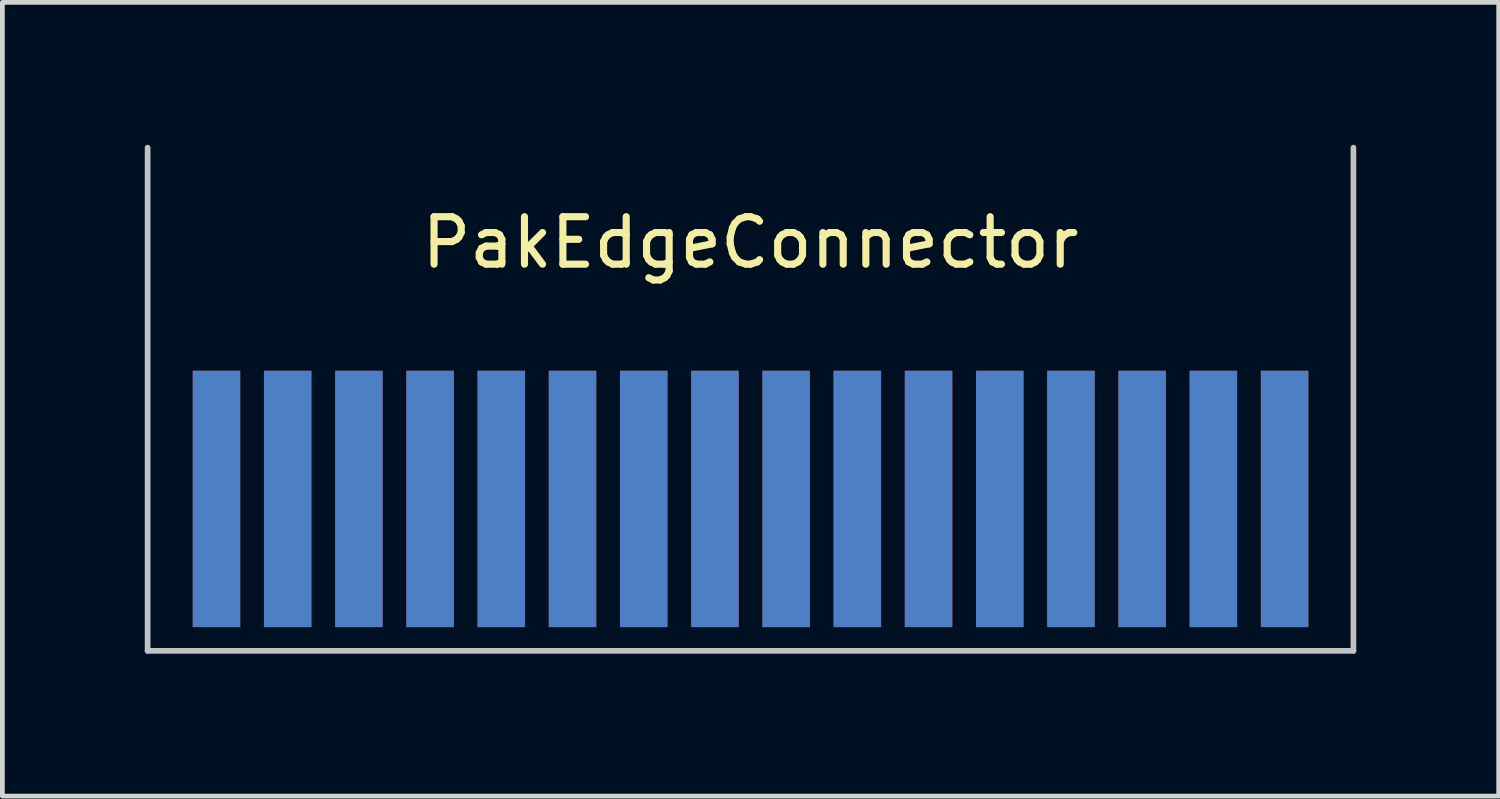
<source format=kicad_pcb>
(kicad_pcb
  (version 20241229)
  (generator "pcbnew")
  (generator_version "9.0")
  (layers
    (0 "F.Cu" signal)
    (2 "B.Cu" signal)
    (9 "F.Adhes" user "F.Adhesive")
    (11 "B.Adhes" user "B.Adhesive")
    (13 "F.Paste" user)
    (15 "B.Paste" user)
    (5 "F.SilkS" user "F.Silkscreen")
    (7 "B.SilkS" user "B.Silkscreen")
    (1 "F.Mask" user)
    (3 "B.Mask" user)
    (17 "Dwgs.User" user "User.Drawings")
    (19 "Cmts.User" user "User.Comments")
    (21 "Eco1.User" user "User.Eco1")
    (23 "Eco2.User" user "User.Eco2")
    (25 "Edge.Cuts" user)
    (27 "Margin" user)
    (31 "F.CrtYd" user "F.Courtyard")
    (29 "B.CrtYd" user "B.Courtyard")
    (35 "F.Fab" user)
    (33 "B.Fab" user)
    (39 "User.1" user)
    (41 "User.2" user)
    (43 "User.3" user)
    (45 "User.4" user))
  (footprint "PakEdgeConnector"
    (layer "F.Cu")
    (at 12.76 7.46)
    (property "Reference" "PakEdgeConnector" (at 0 -5.4 0) (unlocked yes) (layer "F.SilkS") (effects (font (size 1 1) (thickness 0.15))))
    (attr smd)
    (fp_rect (start -12.7 3.2) (end 12.7 -2.7) (stroke (width 0.12) (type solid)) (fill yes) (layer "F.Mask"))
    (fp_rect (start -12.7 3.2) (end 12.7 -2.7) (stroke (width 0.12) (type solid)) (fill yes) (layer "B.Mask"))
    (fp_line (start -12.7 -7.4) (end -12.7 3.2) (stroke (width 0.12) (type solid)) (layer "Dwgs.User"))
    (fp_line (start -12.7 3.2) (end 12.7 3.2) (stroke (width 0.12) (type solid)) (layer "Dwgs.User"))
    (fp_line (start 12.7 3.2) (end 12.7 -7.4) (stroke (width 0.12) (type solid)) (layer "Dwgs.User"))
    (pad "1" smd rect (at 11.25 0) (size 1 5.4) (layers "B.Cu" "B.Mask" "B.Paste"))
    (pad "2" smd rect (at 9.75 0) (size 1 5.4) (layers "B.Cu" "B.Mask" "B.Paste"))
    (pad "3" smd rect (at 8.25 0) (size 1 5.4) (layers "B.Cu" "B.Mask" "B.Paste"))
    (pad "4" smd rect (at 6.75 0) (size 1 5.4) (layers "B.Cu" "B.Mask" "B.Paste"))
    (pad "5" smd rect (at 5.25 0) (size 1 5.4) (layers "B.Cu" "B.Mask" "B.Paste"))
    (pad "6" smd rect (at 3.75 0) (size 1 5.4) (layers "B.Cu" "B.Mask" "B.Paste"))
    (pad "7" smd rect (at 2.25 0) (size 1 5.4) (layers "B.Cu" "B.Mask" "B.Paste"))
    (pad "8" smd rect (at 0.75 0) (size 1 5.4) (layers "B.Cu" "B.Mask" "B.Paste"))
    (pad "9" smd rect (at -0.75 0) (size 1 5.4) (layers "B.Cu" "B.Mask" "B.Paste"))
    (pad "10" smd rect (at -2.25 0) (size 1 5.4) (layers "B.Cu" "B.Mask" "B.Paste"))
    (pad "11" smd rect (at -3.75 0) (size 1 5.4) (layers "B.Cu" "B.Mask" "B.Paste"))
    (pad "12" smd rect (at -5.25 0) (size 1 5.4) (layers "B.Cu" "B.Mask" "B.Paste"))
    (pad "13" smd rect (at -6.75 0) (size 1 5.4) (layers "B.Cu" "B.Mask" "B.Paste"))
    (pad "14" smd rect (at -8.25 0) (size 1 5.4) (layers "B.Cu" "B.Mask" "B.Paste"))
    (pad "15" smd rect (at -9.75 0) (size 1 5.4) (layers "B.Cu" "B.Mask" "B.Paste"))
    (pad "16" smd rect (at -11.25 0) (size 1 5.4) (layers "B.Cu" "B.Mask" "B.Paste"))
    (pad "17" smd rect (at 11.25 0) (size 1 5.4) (layers "F.Cu" "F.Mask" "F.Paste"))
    (pad "18" smd rect (at 9.75 0) (size 1 5.4) (layers "F.Cu" "F.Mask" "F.Paste"))
    (pad "19" smd rect (at 8.25 0) (size 1 5.4) (layers "F.Cu" "F.Mask" "F.Paste"))
    (pad "20" smd rect (at 6.75 0) (size 1 5.4) (layers "F.Cu" "F.Mask" "F.Paste"))
    (pad "21" smd rect (at 5.25 0) (size 1 5.4) (layers "F.Cu" "F.Mask" "F.Paste"))
    (pad "22" smd rect (at 3.75 0) (size 1 5.4) (layers "F.Cu" "F.Mask" "F.Paste"))
    (pad "23" smd rect (at 2.25 0) (size 1 5.4) (layers "F.Cu" "F.Mask" "F.Paste"))
    (pad "24" smd rect (at 0.75 0) (size 1 5.4) (layers "F.Cu" "F.Mask" "F.Paste"))
    (pad "25" smd rect (at -0.75 0) (size 1 5.4) (layers "F.Cu" "F.Mask" "F.Paste"))
    (pad "26" smd rect (at -2.25 0) (size 1 5.4) (layers "F.Cu" "F.Mask" "F.Paste"))
    (pad "27" smd rect (at -3.75 0) (size 1 5.4) (layers "F.Cu" "F.Mask" "F.Paste"))
    (pad "28" smd rect (at -5.25 0) (size 1 5.4) (layers "F.Cu" "F.Mask" "F.Paste"))
    (pad "29" smd rect (at -6.75 0) (size 1 5.4) (layers "F.Cu" "F.Mask" "F.Paste"))
    (pad "30" smd rect (at -8.25 0) (size 1 5.4) (layers "F.Cu" "F.Mask" "F.Paste"))
    (pad "31" smd rect (at -9.75 0) (size 1 5.4) (layers "F.Cu" "F.Mask" "F.Paste"))
    (pad "32" smd rect (at -11.25 0) (size 1 5.4) (layers "F.Cu" "F.Mask" "F.Paste")))
  (gr_rect
    (start -3 -3)
    (end 28.52 13.72)
    (stroke (width 0.1) (type default))
    (fill no)
    (layer "Edge.Cuts")))
</source>
